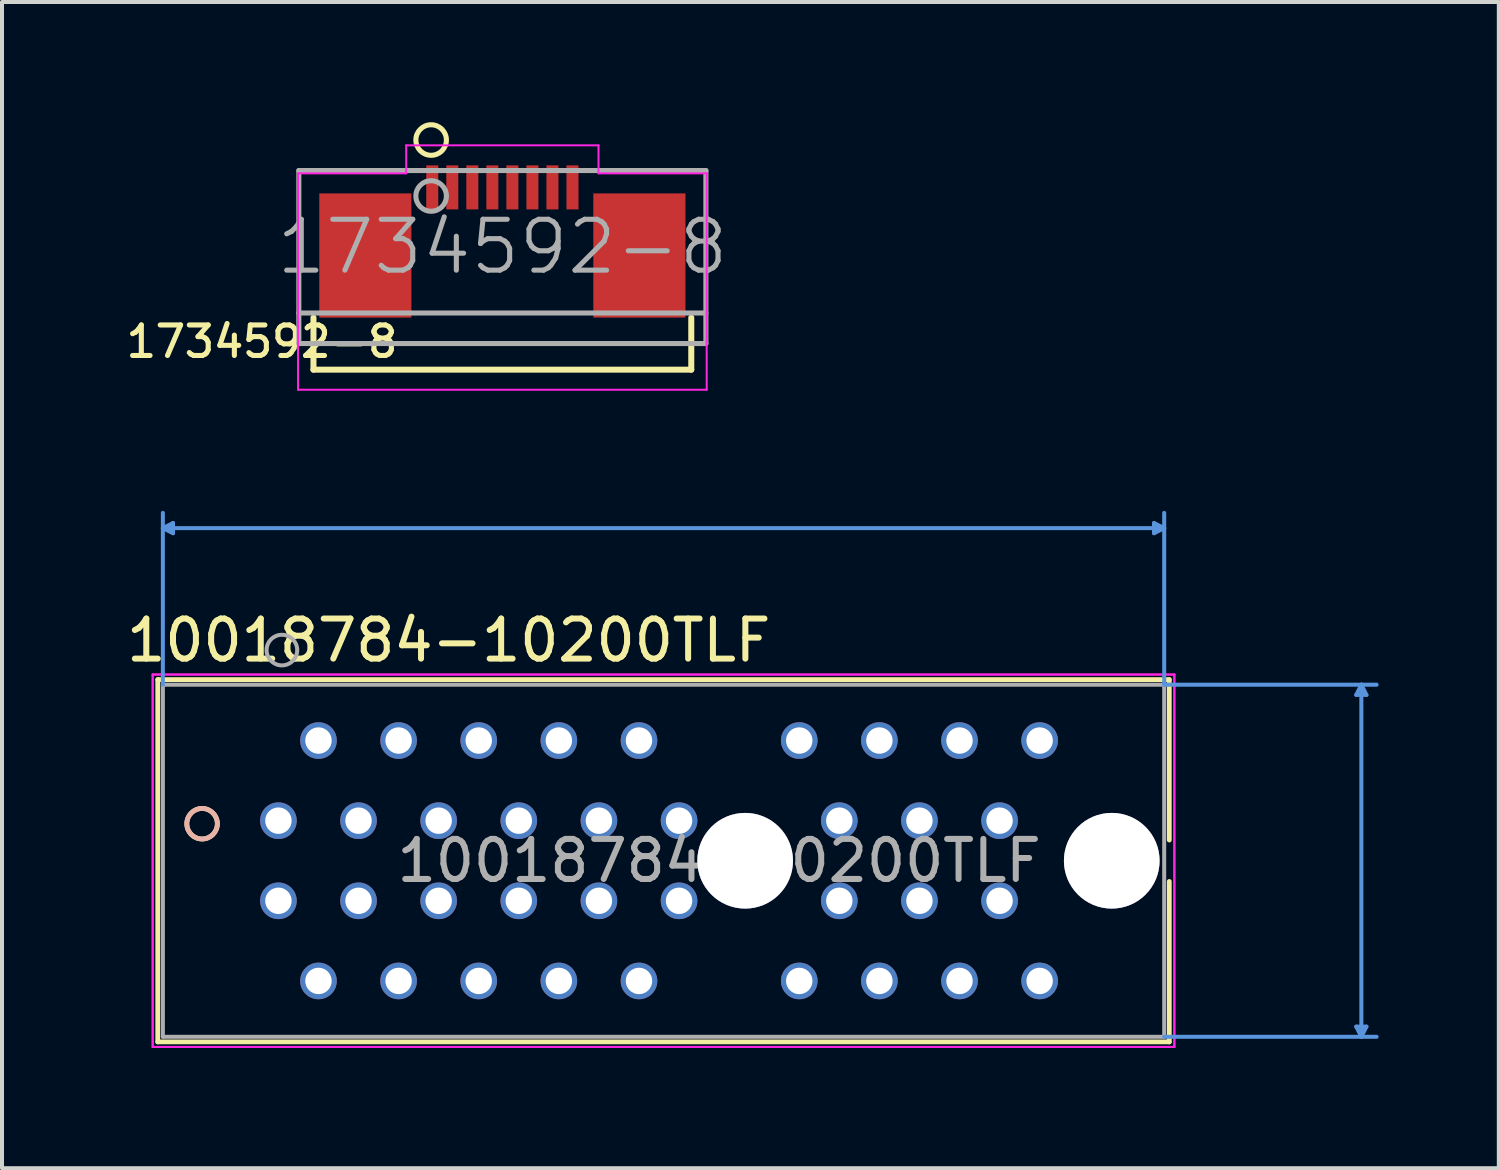
<source format=kicad_pcb>
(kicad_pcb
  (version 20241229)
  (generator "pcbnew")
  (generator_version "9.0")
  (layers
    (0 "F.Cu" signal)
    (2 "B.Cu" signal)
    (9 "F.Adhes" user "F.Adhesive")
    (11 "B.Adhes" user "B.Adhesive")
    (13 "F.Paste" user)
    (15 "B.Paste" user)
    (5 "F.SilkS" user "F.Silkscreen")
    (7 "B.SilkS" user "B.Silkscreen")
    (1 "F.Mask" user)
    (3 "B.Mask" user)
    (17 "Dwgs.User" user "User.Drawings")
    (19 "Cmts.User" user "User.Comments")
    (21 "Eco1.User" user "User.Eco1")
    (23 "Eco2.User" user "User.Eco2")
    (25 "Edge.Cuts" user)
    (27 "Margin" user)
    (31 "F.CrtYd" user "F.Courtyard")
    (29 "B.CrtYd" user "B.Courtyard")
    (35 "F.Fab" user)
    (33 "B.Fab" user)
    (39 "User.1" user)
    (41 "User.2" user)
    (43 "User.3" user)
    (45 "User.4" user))
  (footprint "10018784-10200TLF"
    (layer "F.Cu")
    (at 3.899 17.434)
    (property "Reference" "10018784-10200TLF" (at 4.25 -4.5 0) (layer "F.SilkS") (effects (font (size 1 1) (thickness 0.15))))
    (attr through_hole)
    (fp_line (start -3.011 -3.521) (end 22.236 -3.521) (stroke (width 0.12) (type solid)) (layer "F.SilkS"))
    (fp_line (start -3.011 5.521) (end -3.011 -3.521) (stroke (width 0.12) (type solid)) (layer "F.SilkS"))
    (fp_line (start 22.236 -3.521) (end 22.236 0.483) (stroke (width 0.12) (type solid)) (layer "F.SilkS"))
    (fp_line (start 22.236 1.517) (end 22.236 5.521) (stroke (width 0.12) (type solid)) (layer "F.SilkS"))
    (fp_line (start 22.236 5.521) (end -3.011 5.521) (stroke (width 0.12) (type solid)) (layer "F.SilkS"))
    (fp_circle (center -1.905 0.076) (end -1.524 0.076) (stroke (width 0.12) (type solid)) (fill no) (layer "F.SilkS"))
    (fp_circle (center -1.905 0.076) (end -1.524 0.076) (stroke (width 0.12) (type solid)) (fill no) (layer "B.SilkS"))
    (fp_line (start -2.884 -7.302) (end 22.109 -7.302) (stroke (width 0.1) (type solid)) (layer "Cmts.User"))
    (fp_line (start -2.884 -3.394) (end -2.884 -7.683) (stroke (width 0.1) (type solid)) (layer "Cmts.User"))
    (fp_line (start -2.63 -7.175) (end -2.884 -7.302) (stroke (width 0.1) (type solid)) (layer "Cmts.User"))
    (fp_line (start -2.63 -7.175) (end -2.63 -7.429) (stroke (width 0.1) (type solid)) (layer "Cmts.User"))
    (fp_line (start -2.63 -7.429) (end -2.884 -7.302) (stroke (width 0.1) (type solid)) (layer "Cmts.User"))
    (fp_line (start 21.855 -7.175) (end 22.109 -7.302) (stroke (width 0.1) (type solid)) (layer "Cmts.User"))
    (fp_line (start 21.855 -7.429) (end 21.855 -7.175) (stroke (width 0.1) (type solid)) (layer "Cmts.User"))
    (fp_line (start 21.855 -7.429) (end 22.109 -7.302) (stroke (width 0.1) (type solid)) (layer "Cmts.User"))
    (fp_line (start 22.109 -3.394) (end 22.109 -7.683) (stroke (width 0.1) (type solid)) (layer "Cmts.User"))
    (fp_line (start 22.109 -3.394) (end 27.411 -3.394) (stroke (width 0.1) (type solid)) (layer "Cmts.User"))
    (fp_line (start 22.109 5.394) (end 27.411 5.394) (stroke (width 0.1) (type solid)) (layer "Cmts.User"))
    (fp_line (start 26.903 5.14) (end 27.03 5.394) (stroke (width 0.1) (type solid)) (layer "Cmts.User"))
    (fp_line (start 26.903 -3.14) (end 27.03 -3.394) (stroke (width 0.1) (type solid)) (layer "Cmts.User"))
    (fp_line (start 26.903 -3.14) (end 27.157 -3.14) (stroke (width 0.1) (type solid)) (layer "Cmts.User"))
    (fp_line (start 27.03 -3.394) (end 27.03 5.394) (stroke (width 0.1) (type solid)) (layer "Cmts.User"))
    (fp_line (start 27.157 5.14) (end 26.903 5.14) (stroke (width 0.1) (type solid)) (layer "Cmts.User"))
    (fp_line (start 27.157 5.14) (end 27.03 5.394) (stroke (width 0.1) (type solid)) (layer "Cmts.User"))
    (fp_line (start 27.157 -3.14) (end 27.03 -3.394) (stroke (width 0.1) (type solid)) (layer "Cmts.User"))
    (fp_line (start -3.138 -3.648) (end -3.138 5.648) (stroke (width 0.05) (type solid)) (layer "F.CrtYd"))
    (fp_line (start -3.138 -3.648) (end -3.138 5.648) (stroke (width 0.05) (type solid)) (layer "F.CrtYd"))
    (fp_line (start -3.138 5.648) (end 22.363 5.648) (stroke (width 0.05) (type solid)) (layer "F.CrtYd"))
    (fp_line (start -3.138 5.648) (end 22.363 5.648) (stroke (width 0.05) (type solid)) (layer "F.CrtYd"))
    (fp_line (start 22.363 -3.648) (end -3.138 -3.648) (stroke (width 0.05) (type solid)) (layer "F.CrtYd"))
    (fp_line (start 22.363 -3.648) (end -3.138 -3.648) (stroke (width 0.05) (type solid)) (layer "F.CrtYd"))
    (fp_line (start 22.363 5.648) (end 22.363 -3.648) (stroke (width 0.05) (type solid)) (layer "F.CrtYd"))
    (fp_line (start 22.363 5.648) (end 22.363 -3.648) (stroke (width 0.05) (type solid)) (layer "F.CrtYd"))
    (fp_line (start -2.884 -3.394) (end -2.884 5.394) (stroke (width 0.1) (type solid)) (layer "F.Fab"))
    (fp_line (start -2.884 5.394) (end 22.109 5.394) (stroke (width 0.1) (type solid)) (layer "F.Fab"))
    (fp_line (start 22.109 -3.394) (end -2.884 -3.394) (stroke (width 0.1) (type solid)) (layer "F.Fab"))
    (fp_line (start 22.109 5.394) (end 22.109 -3.394) (stroke (width 0.1) (type solid)) (layer "F.Fab"))
    (fp_circle (center 0.087 -4.258) (end 0.469 -4.258) (stroke (width 0.1) (type solid)) (fill no) (layer "F.Fab"))
    (fp_text user "${REFERENCE}" (at 11 1 0) (layer "F.Fab") (effects (font (size 1 1) (thickness 0.15))))
    (pad "37" thru_hole circle (at 11.65 1) (size 2.388 2.388) (drill 2.388) (layers "*.Cu" "*.Mask"))
    (pad "38" thru_hole circle (at 20.8 1) (size 2.388 2.388) (drill 2.388) (layers "*.Cu" "*.Mask"))
    (pad "A1" thru_hole circle (at 0 0) (size 0.914 0.914) (drill 0.66) (layers "*.Cu" "*.Mask"))
    (pad "A2" thru_hole circle (at 1 -2) (size 0.914 0.914) (drill 0.66) (layers "*.Cu" "*.Mask"))
    (pad "A3" thru_hole circle (at 2 0) (size 0.914 0.914) (drill 0.66) (layers "*.Cu" "*.Mask"))
    (pad "A4" thru_hole circle (at 3 -2) (size 0.914 0.914) (drill 0.66) (layers "*.Cu" "*.Mask"))
    (pad "A5" thru_hole circle (at 4 0) (size 0.914 0.914) (drill 0.66) (layers "*.Cu" "*.Mask"))
    (pad "A6" thru_hole circle (at 5 -2) (size 0.914 0.914) (drill 0.66) (layers "*.Cu" "*.Mask"))
    (pad "A7" thru_hole circle (at 6 0) (size 0.914 0.914) (drill 0.66) (layers "*.Cu" "*.Mask"))
    (pad "A8" thru_hole circle (at 7 -2) (size 0.914 0.914) (drill 0.66) (layers "*.Cu" "*.Mask"))
    (pad "A9" thru_hole circle (at 8 0) (size 0.914 0.914) (drill 0.66) (layers "*.Cu" "*.Mask"))
    (pad "A10" thru_hole circle (at 9 -2) (size 0.914 0.914) (drill 0.66) (layers "*.Cu" "*.Mask"))
    (pad "A11" thru_hole circle (at 10 0) (size 0.914 0.914) (drill 0.66) (layers "*.Cu" "*.Mask"))
    (pad "A12" thru_hole circle (at 13 -2) (size 0.914 0.914) (drill 0.66) (layers "*.Cu" "*.Mask"))
    (pad "A13" thru_hole circle (at 14 0) (size 0.914 0.914) (drill 0.66) (layers "*.Cu" "*.Mask"))
    (pad "A14" thru_hole circle (at 15 -2) (size 0.914 0.914) (drill 0.66) (layers "*.Cu" "*.Mask"))
    (pad "A15" thru_hole circle (at 16 0) (size 0.914 0.914) (drill 0.66) (layers "*.Cu" "*.Mask"))
    (pad "A16" thru_hole circle (at 17 -2) (size 0.914 0.914) (drill 0.66) (layers "*.Cu" "*.Mask"))
    (pad "A17" thru_hole circle (at 18 0) (size 0.914 0.914) (drill 0.66) (layers "*.Cu" "*.Mask"))
    (pad "A18" thru_hole circle (at 19 -2) (size 0.914 0.914) (drill 0.66) (layers "*.Cu" "*.Mask"))
    (pad "B1" thru_hole circle (at -0.000001 2) (size 0.914 0.914) (drill 0.66) (layers "*.Cu" "*.Mask"))
    (pad "B2" thru_hole circle (at 1 4) (size 0.914 0.914) (drill 0.66) (layers "*.Cu" "*.Mask"))
    (pad "B3" thru_hole circle (at 2 2) (size 0.914 0.914) (drill 0.66) (layers "*.Cu" "*.Mask"))
    (pad "B4" thru_hole circle (at 3 4) (size 0.914 0.914) (drill 0.66) (layers "*.Cu" "*.Mask"))
    (pad "B5" thru_hole circle (at 4 2) (size 0.914 0.914) (drill 0.66) (layers "*.Cu" "*.Mask"))
    (pad "B6" thru_hole circle (at 5 4) (size 0.914 0.914) (drill 0.66) (layers "*.Cu" "*.Mask"))
    (pad "B7" thru_hole circle (at 6 2) (size 0.914 0.914) (drill 0.66) (layers "*.Cu" "*.Mask"))
    (pad "B8" thru_hole circle (at 7 4) (size 0.914 0.914) (drill 0.66) (layers "*.Cu" "*.Mask"))
    (pad "B9" thru_hole circle (at 8 2) (size 0.914 0.914) (drill 0.66) (layers "*.Cu" "*.Mask"))
    (pad "B10" thru_hole circle (at 9 4) (size 0.914 0.914) (drill 0.66) (layers "*.Cu" "*.Mask"))
    (pad "B11" thru_hole circle (at 10 2) (size 0.914 0.914) (drill 0.66) (layers "*.Cu" "*.Mask"))
    (pad "B12" thru_hole circle (at 13 4) (size 0.914 0.914) (drill 0.66) (layers "*.Cu" "*.Mask"))
    (pad "B13" thru_hole circle (at 14 2) (size 0.914 0.914) (drill 0.66) (layers "*.Cu" "*.Mask"))
    (pad "B14" thru_hole circle (at 15 4) (size 0.914 0.914) (drill 0.66) (layers "*.Cu" "*.Mask"))
    (pad "B15" thru_hole circle (at 16 2) (size 0.914 0.914) (drill 0.66) (layers "*.Cu" "*.Mask"))
    (pad "B16" thru_hole circle (at 17 4) (size 0.914 0.914) (drill 0.66) (layers "*.Cu" "*.Mask"))
    (pad "B17" thru_hole circle (at 18 2) (size 0.914 0.914) (drill 0.66) (layers "*.Cu" "*.Mask"))
    (pad "B18" thru_hole circle (at 19 4) (size 0.914 0.914) (drill 0.66) (layers "*.Cu" "*.Mask")))
  (footprint "1734592-8"
    (layer "F.Cu")
    (at 9.489 2.477)
    (property "Reference" "1734592-8" (at -6 3 180) (layer "F.SilkS") (effects (font (size 0.762 0.762) (thickness 0.127))))
    (attr through_hole)
    (fp_line (start -4.715 2.4) (end -4.715 3.7) (stroke (width 0.15) (type solid)) (layer "F.SilkS"))
    (fp_line (start -4.715 3.7) (end 4.715 3.7) (stroke (width 0.15) (type solid)) (layer "F.SilkS"))
    (fp_line (start 4.715 2.4) (end 4.715 3.7) (stroke (width 0.15) (type solid)) (layer "F.SilkS"))
    (fp_circle (center -1.778 -2.032) (end -1.778 -1.651) (stroke (width 0.127) (type solid)) (fill no) (layer "F.SilkS"))
    (fp_line (start -5.1 -1.2) (end -5.1 4.2) (stroke (width 0.05) (type solid)) (layer "F.CrtYd"))
    (fp_line (start -5.1 -1.2) (end -2.4 -1.2) (stroke (width 0.05) (type solid)) (layer "F.CrtYd"))
    (fp_line (start -5.1 4.2) (end 5.1 4.2) (stroke (width 0.05) (type solid)) (layer "F.CrtYd"))
    (fp_line (start -2.4 -1.9) (end -2.4 -1.2) (stroke (width 0.05) (type solid)) (layer "F.CrtYd"))
    (fp_line (start -2.4 -1.9) (end 2.4 -1.9) (stroke (width 0.05) (type solid)) (layer "F.CrtYd"))
    (fp_line (start 2.4 -1.9) (end 2.4 -1.2) (stroke (width 0.05) (type solid)) (layer "F.CrtYd"))
    (fp_line (start 2.4 -1.2) (end 5.1 -1.2) (stroke (width 0.05) (type solid)) (layer "F.CrtYd"))
    (fp_line (start 5.1 -1.2) (end 5.1 4.2) (stroke (width 0.05) (type solid)) (layer "F.CrtYd"))
    (fp_line (start -5.08 -1.27) (end 5.08 -1.27) (stroke (width 0.127) (type solid)) (layer "F.Fab"))
    (fp_line (start -5.08 3.048) (end -5.08 -1.27) (stroke (width 0.127) (type solid)) (layer "F.Fab"))
    (fp_line (start 5.08 -1.27) (end 5.08 3.048) (stroke (width 0.127) (type solid)) (layer "F.Fab"))
    (fp_line (start 5.08 2.286) (end -5.08 2.286) (stroke (width 0.127) (type solid)) (layer "F.Fab"))
    (fp_line (start 5.08 3.048) (end -5.08 3.048) (stroke (width 0.127) (type solid)) (layer "F.Fab"))
    (fp_circle (center -1.778 -0.635) (end -1.778 -0.254) (stroke (width 0.127) (type solid)) (fill no) (layer "F.Fab"))
    (fp_text user "${REFERENCE}" (at 0 0.635 0) (layer "F.Fab") (effects (font (size 1.27 1.27) (thickness 0.127))))
    (pad "1" smd rect (at -1.75 -0.85) (size 0.3 1.1) (layers "F.Cu" "F.Mask" "F.Paste"))
    (pad "2" smd rect (at -1.25 -0.85) (size 0.3 1.1) (layers "F.Cu" "F.Mask" "F.Paste"))
    (pad "3" smd rect (at -0.75 -0.85) (size 0.3 1.1) (layers "F.Cu" "F.Mask" "F.Paste"))
    (pad "4" smd rect (at -0.25 -0.85) (size 0.3 1.1) (layers "F.Cu" "F.Mask" "F.Paste"))
    (pad "5" smd rect (at 0.25 -0.85) (size 0.3 1.1) (layers "F.Cu" "F.Mask" "F.Paste"))
    (pad "6" smd rect (at 0.75 -0.85) (size 0.3 1.1) (layers "F.Cu" "F.Mask" "F.Paste"))
    (pad "7" smd rect (at 1.25 -0.85) (size 0.3 1.1) (layers "F.Cu" "F.Mask" "F.Paste"))
    (pad "8" smd rect (at 1.75 -0.85) (size 0.3 1.1) (layers "F.Cu" "F.Mask" "F.Paste"))
    (pad "F1" smd rect (at -3.42 0.85) (size 2.3 3.1) (layers "F.Cu" "F.Mask" "F.Paste"))
    (pad "F2" smd rect (at 3.42 0.85) (size 2.3 3.1) (layers "F.Cu" "F.Mask" "F.Paste")))
  (gr_rect
    (start -3 -3)
    (end 34.36 26.108)
    (stroke (width 0.1) (type default))
    (fill no)
    (layer "Edge.Cuts")))
</source>
